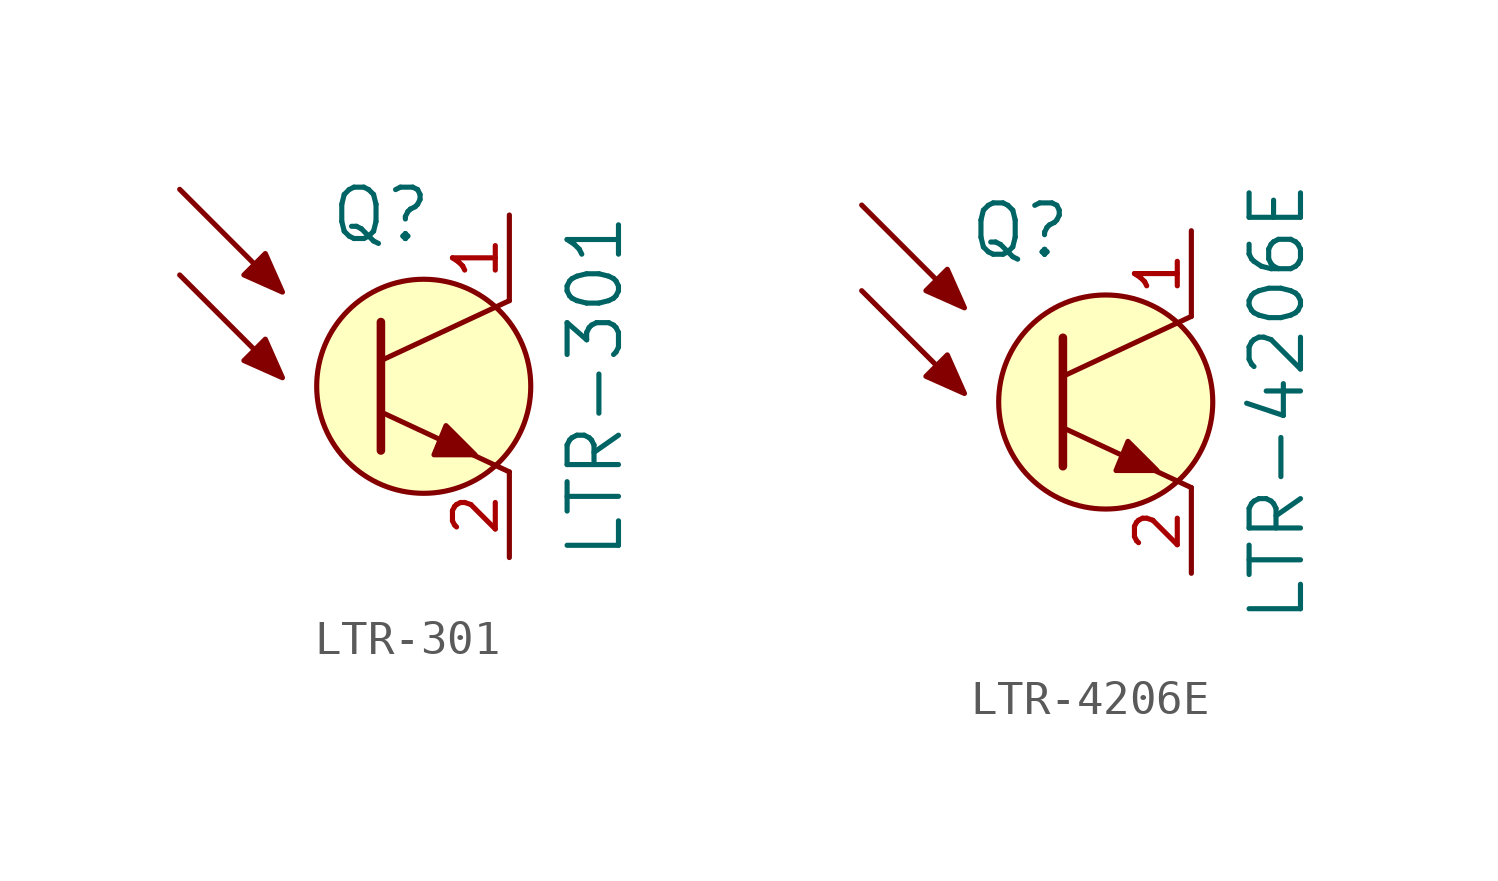
<source format=kicad_sym>
(kicad_symbol_lib
  (version 20201005)
  (generator kicad_symbol_editor)
  (symbol "LTR-301"
    (pin_names
      (offset 1.016) hide)
    (property "Reference" "Q"
      (at -1.27 5.08 0)
      (effects (font (size 1.524 1.524))))
    (property "Value" "LTR-301"
      (at 5.08 0 90)
      (effects (font (size 1.524 1.524))))
    (symbol "LTR-301_0_1"
      (circle (center 0 0) (radius 3.175) (stroke (width 0)) (fill (type background)))
      (polyline (pts (xy -7.239 3.302) (xy -4.953 1.016)) (stroke (width 0)) (fill (type none)))
      (polyline (pts (xy -7.239 5.842) (xy -4.953 3.556)) (stroke (width 0)) (fill (type none)))
      (polyline (pts (xy -1.27 -1.905) (xy -1.27 1.905)) (stroke (width 0.254)) (fill (type none)))
      (polyline (pts (xy -1.27 -0.762) (xy 2.54 -2.54)) (stroke (width 0)) (fill (type none)))
      (polyline (pts (xy -1.27 0.762) (xy 2.54 2.54)) (stroke (width 0)) (fill (type none)))
      (polyline (pts (xy -4.191 0.254) (xy -5.334 0.762) (xy -4.699 1.397) (xy -4.191 0.254)) (stroke (width 0)) (fill (type outline)))
      (polyline (pts (xy -4.191 2.794) (xy -5.334 3.302) (xy -4.699 3.937) (xy -4.191 2.794)) (stroke (width 0)) (fill (type outline)))
      (polyline (pts (xy 1.524 -2.032) (xy 0.305 -2.032) (xy 0.66 -1.168) (xy 1.524 -2.032)) (stroke (width 0)) (fill (type outline))))
    (symbol "LTR-301_1_1"
      (pin passive line (at 2.54 5.08 270) (length 2.54) (name "C" (effects (font (size 1.27 1.27)))) (number "1" (effects (font (size 1.27 1.27)))))
      (pin passive line (at 2.54 -5.08 90) (length 2.54) (name "E" (effects (font (size 1.27 1.27)))) (number "2" (effects (font (size 1.27 1.27)))))))
  (symbol "LTR-4206E"
    (pin_names
      (offset 1.016) hide)
    (property "Reference" "Q"
      (at -2.54 5.08 0)
      (effects (font (size 1.524 1.524))))
    (property "Value" "LTR-4206E"
      (at 5.08 0 90)
      (effects (font (size 1.524 1.524))))
    (symbol "LTR-4206E_0_1"
      (circle (center 0 0) (radius 3.175) (stroke (width 0)) (fill (type background)))
      (polyline (pts (xy -7.239 3.302) (xy -4.953 1.016)) (stroke (width 0)) (fill (type none)))
      (polyline (pts (xy -7.239 5.842) (xy -4.953 3.556)) (stroke (width 0)) (fill (type none)))
      (polyline (pts (xy -1.27 -1.905) (xy -1.27 1.905)) (stroke (width 0.254)) (fill (type none)))
      (polyline (pts (xy -1.27 -0.762) (xy 2.54 -2.54)) (stroke (width 0)) (fill (type none)))
      (polyline (pts (xy -1.27 0.762) (xy 2.54 2.54)) (stroke (width 0)) (fill (type none)))
      (polyline (pts (xy -4.191 0.254) (xy -5.334 0.762) (xy -4.699 1.397) (xy -4.191 0.254)) (stroke (width 0)) (fill (type outline)))
      (polyline (pts (xy -4.191 2.794) (xy -5.334 3.302) (xy -4.699 3.937) (xy -4.191 2.794)) (stroke (width 0)) (fill (type outline)))
      (polyline (pts (xy 1.524 -2.032) (xy 0.305 -2.032) (xy 0.66 -1.168) (xy 1.524 -2.032)) (stroke (width 0)) (fill (type outline))))
    (symbol "LTR-4206E_1_1"
      (pin passive line (at 2.54 5.08 270) (length 2.54) (name "C" (effects (font (size 1.27 1.27)))) (number "1" (effects (font (size 1.27 1.27)))))
      (pin passive line (at 2.54 -5.08 90) (length 2.54) (name "E" (effects (font (size 1.27 1.27)))) (number "2" (effects (font (size 1.27 1.27))))))))
</source>
